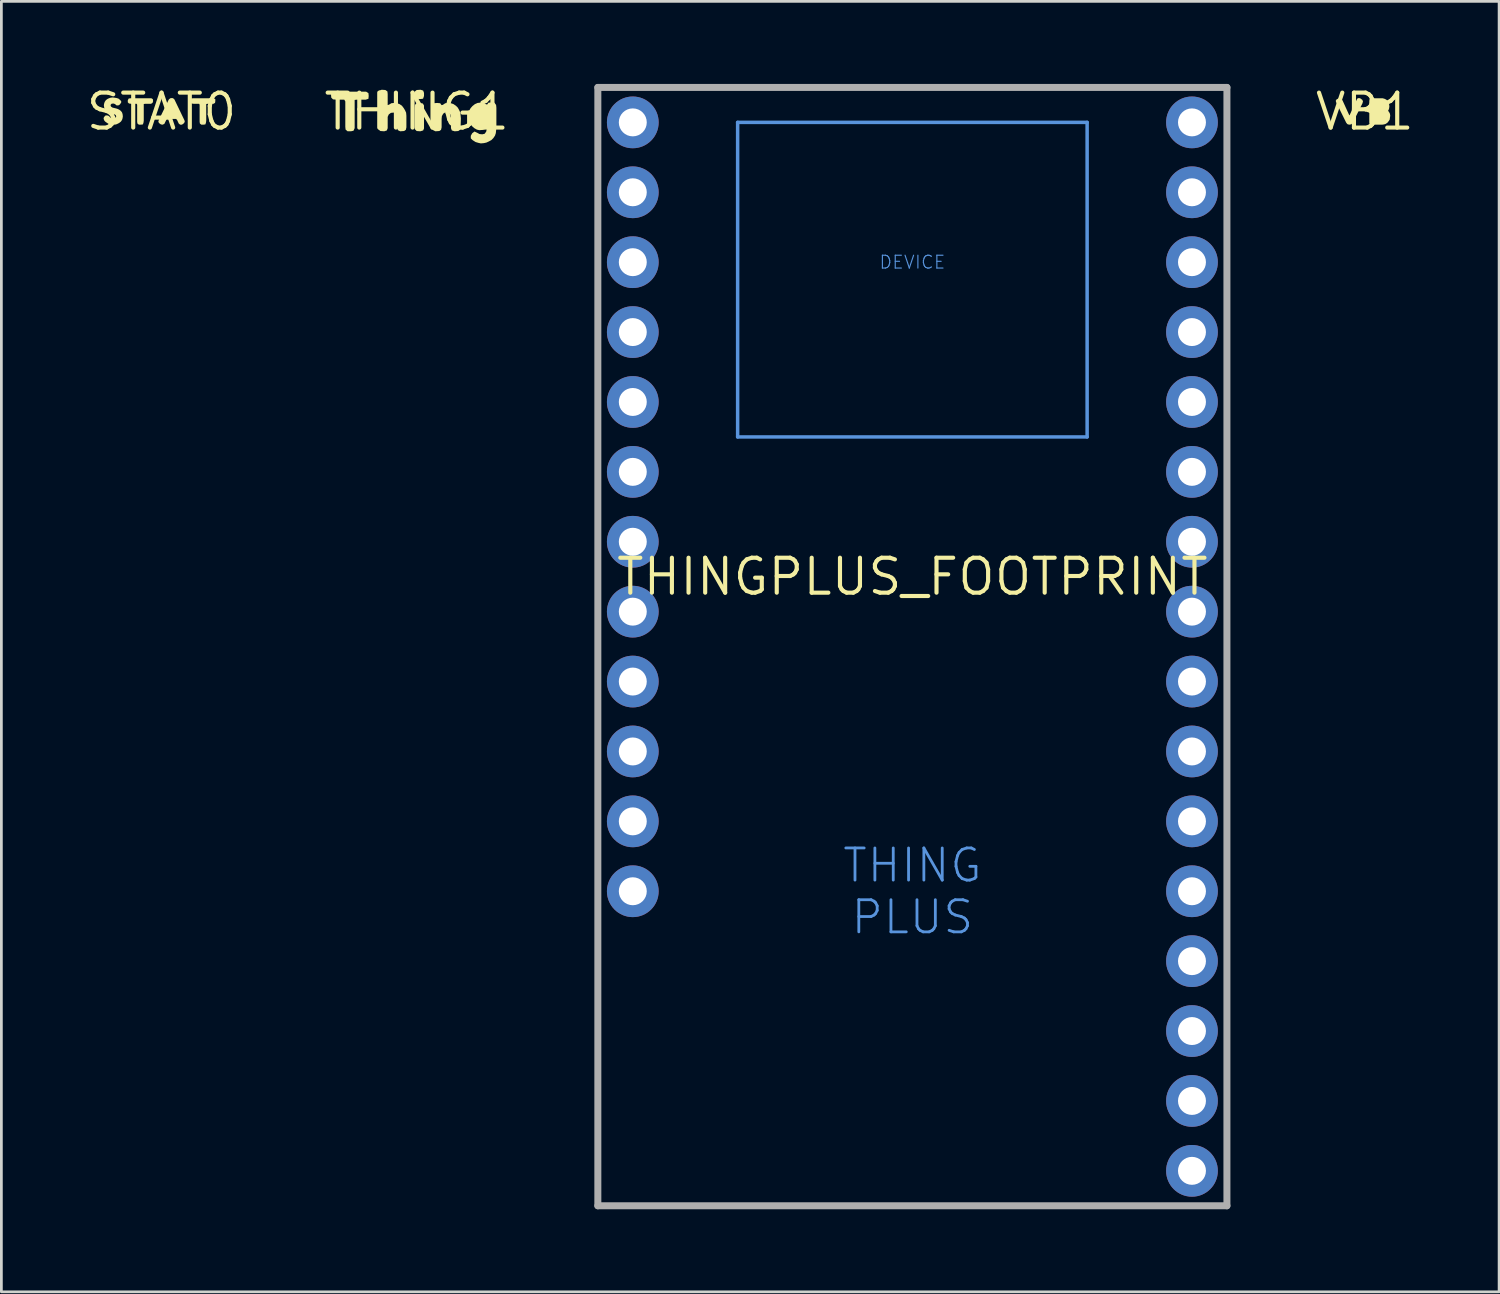
<source format=kicad_pcb>
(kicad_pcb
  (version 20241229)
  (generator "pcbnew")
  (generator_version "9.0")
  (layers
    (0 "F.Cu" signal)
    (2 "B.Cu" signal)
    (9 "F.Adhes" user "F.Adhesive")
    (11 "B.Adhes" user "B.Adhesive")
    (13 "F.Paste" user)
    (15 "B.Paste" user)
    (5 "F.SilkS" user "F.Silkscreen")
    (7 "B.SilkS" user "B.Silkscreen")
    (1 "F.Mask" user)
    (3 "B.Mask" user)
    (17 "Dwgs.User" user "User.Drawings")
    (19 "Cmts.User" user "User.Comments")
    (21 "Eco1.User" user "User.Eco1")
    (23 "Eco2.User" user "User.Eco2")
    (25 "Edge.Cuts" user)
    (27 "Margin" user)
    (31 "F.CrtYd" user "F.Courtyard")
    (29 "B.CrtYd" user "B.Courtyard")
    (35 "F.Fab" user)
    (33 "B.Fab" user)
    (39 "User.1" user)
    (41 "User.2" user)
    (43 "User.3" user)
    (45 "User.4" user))
  (footprint "THING1"
    (layer "F.Cu")
    (at 12.093 1.006)
    (property "Reference" "THING1" (at 0 0 0) (layer "F.SilkS") (effects (font (size 1.27 1.27) (thickness 0.15))))
    (fp_poly (pts (xy 0.223 -0.294) (xy 0.265 -0.221) (xy 0.265 0.611) (xy 0.234 0.684) (xy 0.131 0.715) (xy -0.002 0.705) (xy -0.065 0.642) (xy -0.075 0.55) (xy -0.075 -0.14) (xy -0.065 -0.242) (xy -0.012 -0.305) (xy 0.12 -0.315)) (stroke (width 0) (type solid)) (fill yes) (layer "F.SilkS"))
    (fp_poly (pts (xy 0.234 -0.764) (xy 0.265 -0.681) (xy 0.265 -0.569) (xy 0.234 -0.476) (xy 0.211 -0.465) (xy 0.11 -0.455) (xy -0.002 -0.465) (xy -0.075 -0.538) (xy -0.075 -0.64) (xy -0.065 -0.733) (xy -0.002 -0.785) (xy 0.141 -0.795)) (stroke (width 0) (type solid)) (fill yes) (layer "F.SilkS"))
    (fp_poly (pts (xy -1.755 -0.673) (xy -1.745 -0.57) (xy -1.755 -0.466) (xy -1.849 -0.435) (xy -2.16 -0.435) (xy -2.255 -0.425) (xy -2.255 0.601) (xy -2.296 0.694) (xy -2.389 0.715) (xy -2.512 0.715) (xy -2.585 0.652) (xy -2.595 0.55) (xy -2.595 -0.369) (xy -2.633 -0.435) (xy -2.93 -0.435) (xy -3.042 -0.445) (xy -3.105 -0.508) (xy -3.115 -0.621) (xy -3.073 -0.704) (xy -2.97 -0.725) (xy -1.839 -0.725)) (stroke (width 0) (type solid)) (fill yes) (layer "F.SilkS"))
    (fp_poly (pts (xy -1.138 -0.785) (xy -1.065 -0.733) (xy -1.055 -0.64) (xy -1.055 -0.237) (xy -1.002 -0.255) (xy -0.922 -0.305) (xy -0.82 -0.315) (xy -0.719 -0.305) (xy -0.628 -0.275) (xy -0.537 -0.214) (xy -0.476 -0.133) (xy -0.426 -0.052) (xy -0.385 0.039) (xy -0.375 0.15) (xy -0.375 0.571) (xy -0.396 0.663) (xy -0.458 0.705) (xy -0.601 0.715) (xy -0.684 0.674) (xy -0.715 0.591) (xy -0.715 0.171) (xy -0.754 0.083) (xy -0.831 0.035) (xy -0.938 0.045) (xy -1.016 0.103) (xy -1.055 0.191) (xy -1.055 0.601) (xy -1.086 0.684) (xy -1.179 0.715) (xy -1.322 0.705) (xy -1.385 0.653) (xy -1.395 0.56) (xy -1.395 -0.681) (xy -1.364 -0.764) (xy -1.271 -0.795)) (stroke (width 0) (type solid)) (fill yes) (layer "F.SilkS"))
    (fp_poly (pts (xy 1.241 -0.305) (xy 1.332 -0.275) (xy 1.423 -0.214) (xy 1.494 -0.143) (xy 1.544 -0.052) (xy 1.585 0.039) (xy 1.595 0.14) (xy 1.605 0.25) (xy 1.595 0.56) (xy 1.585 0.653) (xy 1.512 0.705) (xy 1.379 0.715) (xy 1.276 0.684) (xy 1.245 0.601) (xy 1.245 0.191) (xy 1.216 0.093) (xy 1.148 0.035) (xy 1.041 0.025) (xy 0.964 0.074) (xy 0.915 0.162) (xy 0.905 0.26) (xy 0.905 0.571) (xy 0.884 0.663) (xy 0.822 0.705) (xy 0.679 0.715) (xy 0.596 0.674) (xy 0.565 0.581) (xy 0.565 -0.232) (xy 0.617 -0.305) (xy 0.74 -0.315) (xy 0.853 -0.305) (xy 0.902 -0.236) (xy 0.948 -0.245) (xy 1.038 -0.305) (xy 1.14 -0.315)) (stroke (width 0) (type solid)) (fill yes) (layer "F.SilkS"))
    (fp_poly (pts (xy 2.823 -0.325) (xy 2.885 -0.242) (xy 2.895 -0.14) (xy 2.895 0.57) (xy 2.885 0.68) (xy 2.875 0.781) (xy 2.845 0.872) (xy 2.784 0.963) (xy 2.713 1.034) (xy 2.622 1.084) (xy 2.532 1.125) (xy 2.441 1.145) (xy 2.33 1.155) (xy 2.239 1.135) (xy 2.138 1.105) (xy 2.027 1.034) (xy 1.965 0.972) (xy 1.965 0.879) (xy 2.016 0.787) (xy 2.099 0.724) (xy 2.192 0.766) (xy 2.282 0.815) (xy 2.38 0.825) (xy 2.467 0.806) (xy 2.525 0.728) (xy 2.545 0.63) (xy 2.545 0.581) (xy 2.483 0.634) (xy 2.391 0.665) (xy 2.28 0.675) (xy 2.188 0.655) (xy 2.097 0.604) (xy 2.016 0.534) (xy 1.946 0.453) (xy 1.895 0.362) (xy 1.875 0.261) (xy 1.865 0.16) (xy 1.875 0.059) (xy 1.905 -0.032) (xy 1.956 -0.123) (xy 2.027 -0.204) (xy 2.117 -0.274) (xy 2.209 -0.315) (xy 2.3 -0.325) (xy 2.401 -0.325) (xy 2.502 -0.275) (xy 2.558 -0.256) (xy 2.607 -0.325) (xy 2.73 -0.335)) (stroke (width 0) (type solid)) (fill yes) (layer "F.SilkS")))
  (footprint "STAT0"
    (layer "F.Cu")
    (at 2.819 1.006)
    (property "Reference" "STAT0" (at 0 0 0) (layer "F.SilkS") (effects (font (size 1.27 1.27) (thickness 0.15))))
    (fp_poly (pts (xy -0.315 -0.453) (xy -0.305 -0.38) (xy -0.326 -0.317) (xy -0.379 -0.285) (xy -0.59 -0.285) (xy -0.645 -0.276) (xy -0.645 0.33) (xy -0.655 0.401) (xy -0.676 0.465) (xy -0.75 0.475) (xy -0.822 0.475) (xy -0.875 0.433) (xy -0.885 0.37) (xy -0.885 -0.249) (xy -0.903 -0.285) (xy -1.11 -0.285) (xy -1.182 -0.295) (xy -1.225 -0.338) (xy -1.225 -0.411) (xy -1.193 -0.475) (xy -1.13 -0.485) (xy -0.369 -0.485)) (stroke (width 0) (type solid)) (fill yes) (layer "F.SilkS"))
    (fp_poly (pts (xy 0.453 -0.464) (xy 0.474 -0.432) (xy 0.835 0.318) (xy 0.845 0.371) (xy 0.814 0.423) (xy 0.742 0.475) (xy 0.678 0.475) (xy 0.626 0.433) (xy 0.566 0.303) (xy 0.528 0.265) (xy 0.193 0.265) (xy 0.134 0.382) (xy 0.104 0.444) (xy 0.041 0.475) (xy -0.022 0.465) (xy -0.094 0.413) (xy -0.115 0.36) (xy -0.095 0.298) (xy 0.236 -0.382) (xy 0.266 -0.443) (xy 0.318 -0.485) (xy 0.391 -0.495)) (stroke (width 0) (type solid)) (fill yes) (layer "F.SilkS"))
    (fp_poly (pts (xy 1.955 -0.453) (xy 1.955 -0.38) (xy 1.945 -0.317) (xy 1.891 -0.285) (xy 1.68 -0.285) (xy 1.625 -0.276) (xy 1.625 0.33) (xy 1.615 0.401) (xy 1.594 0.465) (xy 1.52 0.475) (xy 1.448 0.475) (xy 1.395 0.433) (xy 1.385 0.37) (xy 1.385 -0.249) (xy 1.367 -0.285) (xy 1.16 -0.285) (xy 1.088 -0.295) (xy 1.045 -0.338) (xy 1.045 -0.411) (xy 1.066 -0.475) (xy 1.14 -0.485) (xy 1.901 -0.485)) (stroke (width 0) (type solid)) (fill yes) (layer "F.SilkS"))
    (fp_poly (pts (xy -1.699 -0.505) (xy -1.639 -0.495) (xy -1.568 -0.475) (xy -1.517 -0.434) (xy -1.465 -0.382) (xy -1.465 -0.328) (xy -1.517 -0.256) (xy -1.569 -0.225) (xy -1.632 -0.225) (xy -1.692 -0.276) (xy -1.75 -0.295) (xy -1.817 -0.285) (xy -1.854 -0.239) (xy -1.836 -0.183) (xy -1.778 -0.145) (xy -1.649 -0.115) (xy -1.588 -0.095) (xy -1.527 -0.064) (xy -1.476 -0.024) (xy -1.436 0.028) (xy -1.415 0.089) (xy -1.405 0.17) (xy -1.415 0.241) (xy -1.435 0.302) (xy -1.476 0.363) (xy -1.527 0.404) (xy -1.578 0.434) (xy -1.649 0.465) (xy -1.71 0.475) (xy -1.851 0.475) (xy -1.912 0.455) (xy -2.033 0.374) (xy -2.074 0.333) (xy -2.105 0.261) (xy -2.095 0.208) (xy -2.043 0.145) (xy -1.98 0.135) (xy -1.917 0.156) (xy -1.867 0.206) (xy -1.808 0.245) (xy -1.741 0.255) (xy -1.673 0.226) (xy -1.645 0.179) (xy -1.664 0.124) (xy -1.722 0.095) (xy -1.781 0.085) (xy -1.852 0.065) (xy -1.922 0.034) (xy -1.973 0.004) (xy -2.024 -0.036) (xy -2.065 -0.088) (xy -2.085 -0.159) (xy -2.095 -0.23) (xy -2.085 -0.291) (xy -2.065 -0.352) (xy -2.024 -0.413) (xy -1.973 -0.454) (xy -1.912 -0.485) (xy -1.851 -0.505) (xy -1.78 -0.515)) (stroke (width 0) (type solid)) (fill yes) (layer "F.SilkS")))
  (footprint "VB1"
    (layer "F.Cu")
    (at 46.544 1.006)
    (property "Reference" "VB1" (at 0 0 0) (layer "F.SilkS") (effects (font (size 1.27 1.27) (thickness 0.15))))
    (fp_poly (pts (xy -0.836 -0.443) (xy -0.806 -0.403) (xy -0.566 0.126) (xy -0.552 0.133) (xy -0.274 -0.474) (xy -0.21 -0.495) (xy -0.148 -0.474) (xy -0.086 -0.423) (xy -0.065 -0.37) (xy -0.085 -0.298) (xy -0.446 0.423) (xy -0.498 0.465) (xy -0.57 0.475) (xy -0.633 0.454) (xy -0.674 0.403) (xy -1.035 -0.328) (xy -1.055 -0.391) (xy -1.024 -0.444) (xy -0.942 -0.485) (xy -0.878 -0.495)) (stroke (width 0) (type solid)) (fill yes) (layer "F.SilkS"))
    (fp_poly (pts (xy 0.722 -0.465) (xy 0.783 -0.434) (xy 0.834 -0.383) (xy 0.865 -0.322) (xy 0.885 -0.261) (xy 0.895 -0.19) (xy 0.885 -0.119) (xy 0.865 -0.058) (xy 0.846 -0.03) (xy 0.884 0.017) (xy 0.915 0.078) (xy 0.925 0.15) (xy 0.915 0.221) (xy 0.905 0.292) (xy 0.864 0.353) (xy 0.823 0.404) (xy 0.762 0.445) (xy 0.701 0.465) (xy 0.63 0.475) (xy 0.29 0.475) (xy 0.208 0.465) (xy 0.165 0.432) (xy 0.165 -0.39) (xy 0.175 -0.453) (xy 0.229 -0.485) (xy 0.651 -0.485)) (stroke (width 0) (type solid)) (fill yes) (layer "F.SilkS")))
  (footprint "THINGPLUS_FOOTPRINT"
    (layer "F.Cu")
    (at 30.105 17.907)
    (property "Reference" "THINGPLUS_FOOTPRINT" (at 0 0 0) (layer "F.SilkS") (effects (font (size 1.27 1.27) (thickness 0.15))))
    (fp_line (start -6.35 -16.51) (end 6.35 -16.51) (stroke (width 0.127) (type solid)) (layer "Cmts.User"))
    (fp_line (start -6.35 -5.08) (end -6.35 -16.51) (stroke (width 0.127) (type solid)) (layer "Cmts.User"))
    (fp_line (start 6.35 -16.51) (end 6.35 -5.08) (stroke (width 0.127) (type solid)) (layer "Cmts.User"))
    (fp_line (start 6.35 -5.08) (end -6.35 -5.08) (stroke (width 0.127) (type solid)) (layer "Cmts.User"))
    (fp_line (start -11.43 -17.78) (end 11.43 -17.78) (stroke (width 0.254) (type solid)) (layer "F.Fab"))
    (fp_line (start -11.43 22.86) (end -11.43 -17.78) (stroke (width 0.254) (type solid)) (layer "F.Fab"))
    (fp_line (start 11.43 -17.78) (end 11.43 22.86) (stroke (width 0.254) (type solid)) (layer "F.Fab"))
    (fp_line (start 11.43 22.86) (end -11.43 22.86) (stroke (width 0.254) (type solid)) (layer "F.Fab"))
    (fp_poly (pts (xy -9.906 -16.256) (xy -9.906 -16.764) (xy -10.414 -16.764) (xy -10.414 -16.256)) (stroke (width 0.1) (type solid)) (fill no) (layer "F.Fab"))
    (fp_poly (pts (xy -9.906 -13.716) (xy -9.906 -14.224) (xy -10.414 -14.224) (xy -10.414 -13.716)) (stroke (width 0.1) (type solid)) (fill no) (layer "F.Fab"))
    (fp_poly (pts (xy -9.906 -11.176) (xy -9.906 -11.684) (xy -10.414 -11.684) (xy -10.414 -11.176)) (stroke (width 0.1) (type solid)) (fill no) (layer "F.Fab"))
    (fp_poly (pts (xy -9.906 -8.636) (xy -9.906 -9.144) (xy -10.414 -9.144) (xy -10.414 -8.636)) (stroke (width 0.1) (type solid)) (fill no) (layer "F.Fab"))
    (fp_poly (pts (xy -9.906 -6.096) (xy -9.906 -6.604) (xy -10.414 -6.604) (xy -10.414 -6.096)) (stroke (width 0.1) (type solid)) (fill no) (layer "F.Fab"))
    (fp_poly (pts (xy -9.906 -3.556) (xy -9.906 -4.064) (xy -10.414 -4.064) (xy -10.414 -3.556)) (stroke (width 0.1) (type solid)) (fill no) (layer "F.Fab"))
    (fp_poly (pts (xy -9.906 -1.016) (xy -9.906 -1.524) (xy -10.414 -1.524) (xy -10.414 -1.016)) (stroke (width 0.1) (type solid)) (fill no) (layer "F.Fab"))
    (fp_poly (pts (xy -9.906 1.524) (xy -9.906 1.016) (xy -10.414 1.016) (xy -10.414 1.524)) (stroke (width 0.1) (type solid)) (fill no) (layer "F.Fab"))
    (fp_poly (pts (xy -9.906 4.064) (xy -9.906 3.556) (xy -10.414 3.556) (xy -10.414 4.064)) (stroke (width 0.1) (type solid)) (fill no) (layer "F.Fab"))
    (fp_poly (pts (xy -9.906 6.604) (xy -9.906 6.096) (xy -10.414 6.096) (xy -10.414 6.604)) (stroke (width 0.1) (type solid)) (fill no) (layer "F.Fab"))
    (fp_poly (pts (xy -9.906 9.144) (xy -9.906 8.636) (xy -10.414 8.636) (xy -10.414 9.144)) (stroke (width 0.1) (type solid)) (fill no) (layer "F.Fab"))
    (fp_poly (pts (xy -9.906 11.684) (xy -9.906 11.176) (xy -10.414 11.176) (xy -10.414 11.684)) (stroke (width 0.1) (type solid)) (fill no) (layer "F.Fab"))
    (fp_poly (pts (xy 10.414 -16.256) (xy 10.414 -16.764) (xy 9.906 -16.764) (xy 9.906 -16.256)) (stroke (width 0.1) (type solid)) (fill no) (layer "F.Fab"))
    (fp_poly (pts (xy 10.414 -13.716) (xy 10.414 -14.224) (xy 9.906 -14.224) (xy 9.906 -13.716)) (stroke (width 0.1) (type solid)) (fill no) (layer "F.Fab"))
    (fp_poly (pts (xy 10.414 -11.176) (xy 10.414 -11.684) (xy 9.906 -11.684) (xy 9.906 -11.176)) (stroke (width 0.1) (type solid)) (fill no) (layer "F.Fab"))
    (fp_poly (pts (xy 10.414 -8.636) (xy 10.414 -9.144) (xy 9.906 -9.144) (xy 9.906 -8.636)) (stroke (width 0.1) (type solid)) (fill no) (layer "F.Fab"))
    (fp_poly (pts (xy 10.414 -6.096) (xy 10.414 -6.604) (xy 9.906 -6.604) (xy 9.906 -6.096)) (stroke (width 0.1) (type solid)) (fill no) (layer "F.Fab"))
    (fp_poly (pts (xy 10.414 -3.556) (xy 10.414 -4.064) (xy 9.906 -4.064) (xy 9.906 -3.556)) (stroke (width 0.1) (type solid)) (fill no) (layer "F.Fab"))
    (fp_poly (pts (xy 10.414 -1.016) (xy 10.414 -1.524) (xy 9.906 -1.524) (xy 9.906 -1.016)) (stroke (width 0.1) (type solid)) (fill no) (layer "F.Fab"))
    (fp_poly (pts (xy 10.414 1.524) (xy 10.414 1.016) (xy 9.906 1.016) (xy 9.906 1.524)) (stroke (width 0.1) (type solid)) (fill no) (layer "F.Fab"))
    (fp_poly (pts (xy 10.414 4.064) (xy 10.414 3.556) (xy 9.906 3.556) (xy 9.906 4.064)) (stroke (width 0.1) (type solid)) (fill no) (layer "F.Fab"))
    (fp_poly (pts (xy 10.414 6.604) (xy 10.414 6.096) (xy 9.906 6.096) (xy 9.906 6.604)) (stroke (width 0.1) (type solid)) (fill no) (layer "F.Fab"))
    (fp_poly (pts (xy 10.414 9.144) (xy 10.414 8.636) (xy 9.906 8.636) (xy 9.906 9.144)) (stroke (width 0.1) (type solid)) (fill no) (layer "F.Fab"))
    (fp_poly (pts (xy 10.414 11.684) (xy 10.414 11.176) (xy 9.906 11.176) (xy 9.906 11.684)) (stroke (width 0.1) (type solid)) (fill no) (layer "F.Fab"))
    (fp_poly (pts (xy 10.414 14.224) (xy 10.414 13.716) (xy 9.906 13.716) (xy 9.906 14.224)) (stroke (width 0.1) (type solid)) (fill no) (layer "F.Fab"))
    (fp_poly (pts (xy 10.414 16.764) (xy 10.414 16.256) (xy 9.906 16.256) (xy 9.906 16.764)) (stroke (width 0.1) (type solid)) (fill no) (layer "F.Fab"))
    (fp_poly (pts (xy 10.414 19.304) (xy 10.414 18.796) (xy 9.906 18.796) (xy 9.906 19.304)) (stroke (width 0.1) (type solid)) (fill no) (layer "F.Fab"))
    (fp_poly (pts (xy 10.414 21.844) (xy 10.414 21.336) (xy 9.906 21.336) (xy 9.906 21.844)) (stroke (width 0.1) (type solid)) (fill no) (layer "F.Fab"))
    (fp_text user "DEVICE" (at 0 -11.43 0) (layer "Cmts.User") (effects (font (size 0.467 0.467) (thickness 0.041))))
    (fp_text user "THING\nPLUS" (at 0 11.43 0) (layer "Cmts.User") (effects (font (size 1.168 1.168) (thickness 0.102))))
    (pad "3V3" thru_hole circle (at 10.16 19.05 180) (size 1.88 1.88) (drill 1.016) (layers "*.Cu" "*.Mask"))
    (pad "7" thru_hole circle (at -10.16 -11.43 180) (size 1.88 1.88) (drill 1.016) (layers "*.Cu" "*.Mask"))
    (pad "8" thru_hole circle (at -10.16 -8.89 180) (size 1.88 1.88) (drill 1.016) (layers "*.Cu" "*.Mask"))
    (pad "9" thru_hole circle (at -10.16 -6.35 180) (size 1.88 1.88) (drill 1.016) (layers "*.Cu" "*.Mask"))
    (pad "10" thru_hole circle (at -10.16 -3.81 180) (size 1.88 1.88) (drill 1.016) (layers "*.Cu" "*.Mask"))
    (pad "11" thru_hole circle (at -10.16 -1.27 180) (size 1.88 1.88) (drill 1.016) (layers "*.Cu" "*.Mask"))
    (pad "12" thru_hole circle (at -10.16 1.27 180) (size 1.88 1.88) (drill 1.016) (layers "*.Cu" "*.Mask"))
    (pad "13" thru_hole circle (at -10.16 3.81 180) (size 1.88 1.88) (drill 1.016) (layers "*.Cu" "*.Mask"))
    (pad "A0" thru_hole circle (at 10.16 11.43 180) (size 1.88 1.88) (drill 1.016) (layers "*.Cu" "*.Mask"))
    (pad "A1" thru_hole circle (at 10.16 8.89 180) (size 1.88 1.88) (drill 1.016) (layers "*.Cu" "*.Mask"))
    (pad "A2" thru_hole circle (at 10.16 6.35 180) (size 1.88 1.88) (drill 1.016) (layers "*.Cu" "*.Mask"))
    (pad "A3" thru_hole circle (at 10.16 3.81 180) (size 1.88 1.88) (drill 1.016) (layers "*.Cu" "*.Mask"))
    (pad "A4" thru_hole circle (at 10.16 1.27 180) (size 1.88 1.88) (drill 1.016) (layers "*.Cu" "*.Mask"))
    (pad "A5" thru_hole circle (at 10.16 -1.27 180) (size 1.88 1.88) (drill 1.016) (layers "*.Cu" "*.Mask"))
    (pad "AREF" thru_hole circle (at 10.16 16.51 180) (size 1.88 1.88) (drill 1.016) (layers "*.Cu" "*.Mask"))
    (pad "CIPO" thru_hole circle (at 10.16 -8.89 180) (size 1.88 1.88) (drill 1.016) (layers "*.Cu" "*.Mask"))
    (pad "COPI" thru_hole circle (at 10.16 -6.35 180) (size 1.88 1.88) (drill 1.016) (layers "*.Cu" "*.Mask"))
    (pad "EN" thru_hole circle (at -10.16 8.89 180) (size 1.88 1.88) (drill 1.016) (layers "*.Cu" "*.Mask"))
    (pad "FREEBIE" thru_hole circle (at 10.16 -16.51 180) (size 1.88 1.88) (drill 1.016) (layers "*.Cu" "*.Mask"))
    (pad "GND" thru_hole circle (at 10.16 13.97 180) (size 1.88 1.88) (drill 1.016) (layers "*.Cu" "*.Mask"))
    (pad "RST" thru_hole circle (at 10.16 21.59 180) (size 1.88 1.88) (drill 1.016) (layers "*.Cu" "*.Mask"))
    (pad "RX" thru_hole circle (at 10.16 -11.43 180) (size 1.88 1.88) (drill 1.016) (layers "*.Cu" "*.Mask"))
    (pad "SCK" thru_hole circle (at 10.16 -3.81 180) (size 1.88 1.88) (drill 1.016) (layers "*.Cu" "*.Mask"))
    (pad "SCL" thru_hole circle (at -10.16 -13.97 180) (size 1.88 1.88) (drill 1.016) (layers "*.Cu" "*.Mask"))
    (pad "SDA" thru_hole circle (at -10.16 -16.51 180) (size 1.88 1.88) (drill 1.016) (layers "*.Cu" "*.Mask"))
    (pad "TX" thru_hole circle (at 10.16 -13.97 180) (size 1.88 1.88) (drill 1.016) (layers "*.Cu" "*.Mask"))
    (pad "V_BATT" thru_hole circle (at -10.16 11.43 180) (size 1.88 1.88) (drill 1.016) (layers "*.Cu" "*.Mask"))
    (pad "V_USB" thru_hole circle (at -10.16 6.35 180) (size 1.88 1.88) (drill 1.016) (layers "*.Cu" "*.Mask")))
  (gr_rect
    (start -3 -3)
    (end 51.426 43.894)
    (stroke (width 0.1) (type default))
    (fill no)
    (layer "Edge.Cuts")))
</source>
